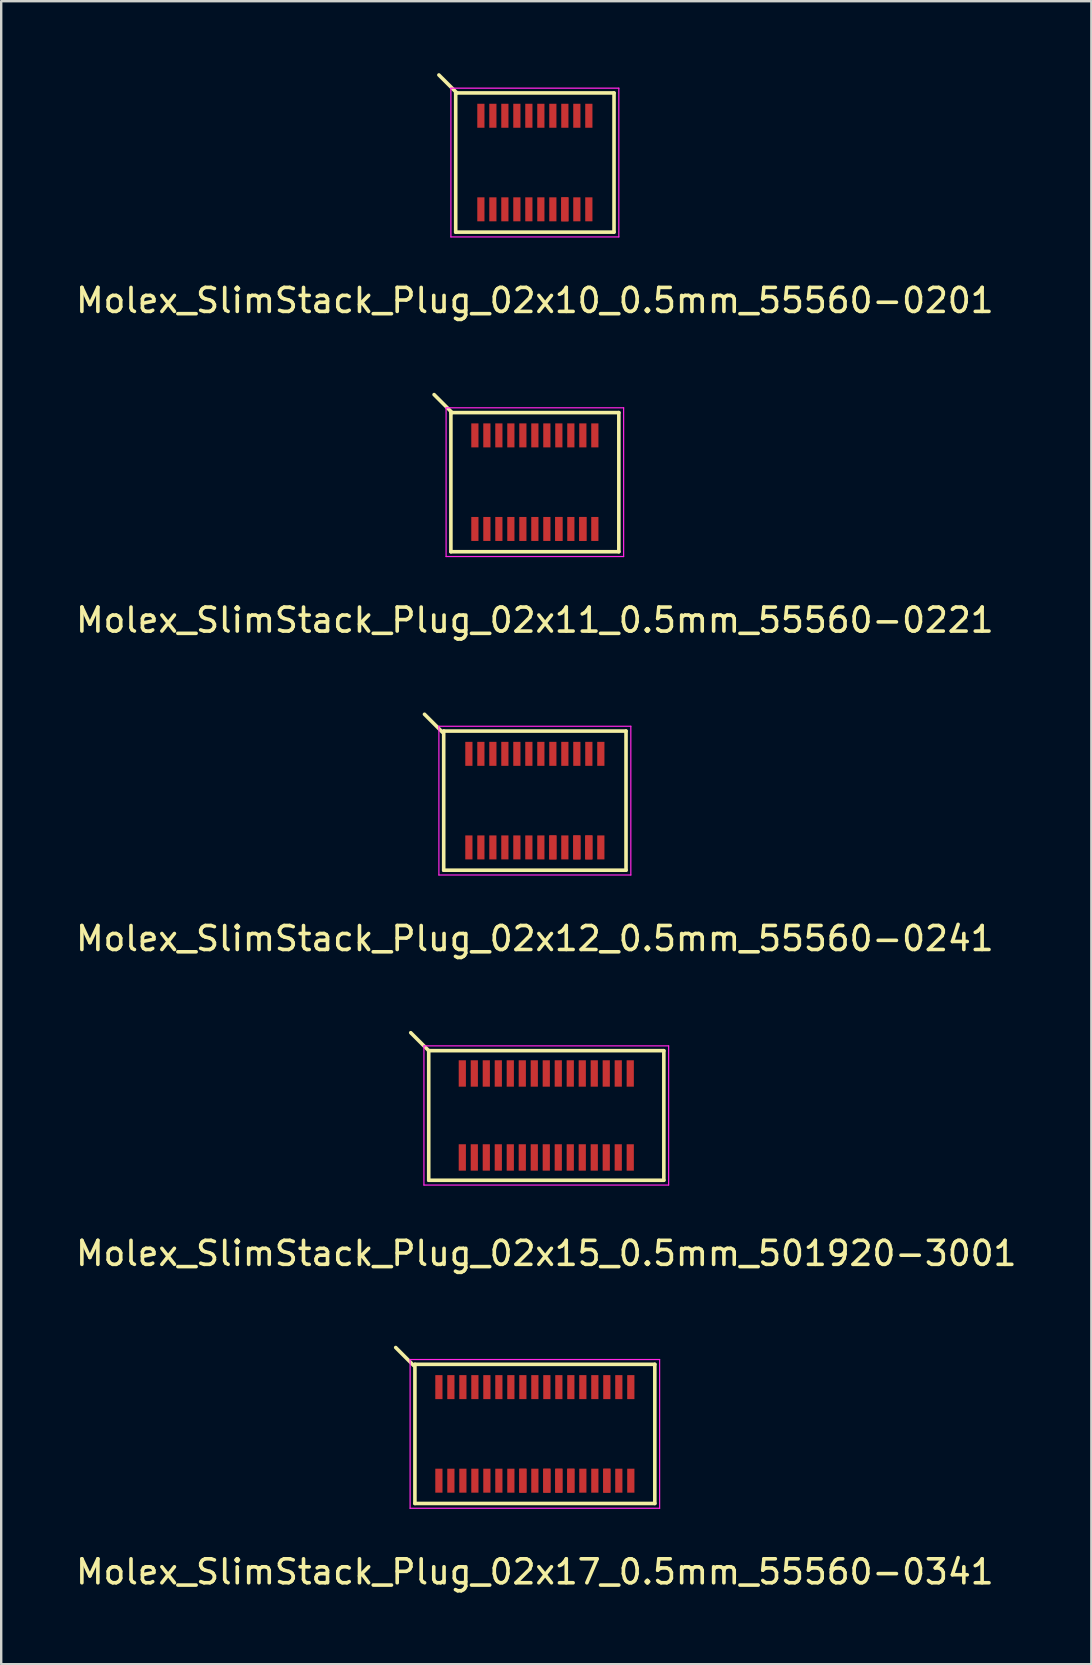
<source format=kicad_pcb>
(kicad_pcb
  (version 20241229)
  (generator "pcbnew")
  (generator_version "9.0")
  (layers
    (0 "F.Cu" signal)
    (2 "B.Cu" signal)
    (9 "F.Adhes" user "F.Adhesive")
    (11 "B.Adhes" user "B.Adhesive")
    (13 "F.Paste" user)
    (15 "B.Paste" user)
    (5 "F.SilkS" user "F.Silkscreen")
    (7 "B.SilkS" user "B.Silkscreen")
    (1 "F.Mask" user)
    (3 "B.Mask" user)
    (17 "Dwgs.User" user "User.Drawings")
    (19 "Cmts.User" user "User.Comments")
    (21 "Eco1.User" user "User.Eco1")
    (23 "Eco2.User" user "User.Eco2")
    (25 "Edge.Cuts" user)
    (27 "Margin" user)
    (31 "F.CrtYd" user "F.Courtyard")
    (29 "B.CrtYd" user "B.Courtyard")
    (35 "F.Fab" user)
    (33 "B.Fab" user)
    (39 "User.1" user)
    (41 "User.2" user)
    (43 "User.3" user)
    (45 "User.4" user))
  (footprint "Molex_SlimStack_Plug_02x11_0.5mm_55560-0221"
    (layer "F.Cu")
    (at 19.244 17.048)
    (property "Reference" "Molex_SlimStack_Plug_02x11_0.5mm_55560-0221" (at 0 5.75 0) (layer "F.SilkS") (effects (font (size 1 1) (thickness 0.15))))
    (attr smd)
    (fp_line (start -3.5 -2.9) (end -3.5 2.9) (stroke (width 0.15) (type solid)) (layer "F.SilkS"))
    (fp_line (start -3.5 2.9) (end 3.5 2.9) (stroke (width 0.15) (type solid)) (layer "F.SilkS"))
    (fp_line (start -3.45 -2.9) (end -4.2 -3.65) (stroke (width 0.15) (type solid)) (layer "F.SilkS"))
    (fp_line (start 3.5 -2.9) (end -3.5 -2.9) (stroke (width 0.15) (type solid)) (layer "F.SilkS"))
    (fp_line (start 3.5 2.9) (end 3.5 -2.9) (stroke (width 0.15) (type solid)) (layer "F.SilkS"))
    (fp_line (start -3.7 -3.1) (end -3.7 3.1) (stroke (width 0.05) (type solid)) (layer "F.CrtYd"))
    (fp_line (start -3.7 3.1) (end 3.7 3.1) (stroke (width 0.05) (type solid)) (layer "F.CrtYd"))
    (fp_line (start 3.7 -3.1) (end -3.7 -3.1) (stroke (width 0.05) (type solid)) (layer "F.CrtYd"))
    (fp_line (start 3.7 3.1) (end 3.7 -3.1) (stroke (width 0.05) (type solid)) (layer "F.CrtYd"))
    (pad "1" smd rect (at -2.5 -1.95) (size 0.3 1) (layers "F.Cu" "F.Mask" "F.Paste"))
    (pad "2" smd rect (at -2.5 1.95) (size 0.3 1) (layers "F.Cu" "F.Mask" "F.Paste"))
    (pad "3" smd rect (at -2 -1.95) (size 0.3 1) (layers "F.Cu" "F.Mask" "F.Paste"))
    (pad "4" smd rect (at -2 1.95) (size 0.3 1) (layers "F.Cu" "F.Mask" "F.Paste"))
    (pad "5" smd rect (at -1.5 -1.95) (size 0.3 1) (layers "F.Cu" "F.Mask" "F.Paste"))
    (pad "6" smd rect (at -1.5 1.95) (size 0.3 1) (layers "F.Cu" "F.Mask" "F.Paste"))
    (pad "7" smd rect (at -1 -1.95) (size 0.3 1) (layers "F.Cu" "F.Mask" "F.Paste"))
    (pad "8" smd rect (at -1 1.95) (size 0.3 1) (layers "F.Cu" "F.Mask" "F.Paste"))
    (pad "9" smd rect (at -0.5 -1.95) (size 0.3 1) (layers "F.Cu" "F.Mask" "F.Paste"))
    (pad "10" smd rect (at -0.5 1.95) (size 0.3 1) (layers "F.Cu" "F.Mask" "F.Paste"))
    (pad "11" smd rect (at 0 -1.95) (size 0.3 1) (layers "F.Cu" "F.Mask" "F.Paste"))
    (pad "12" smd rect (at 0 1.95) (size 0.3 1) (layers "F.Cu" "F.Mask" "F.Paste"))
    (pad "13" smd rect (at 0.5 -1.95) (size 0.3 1) (layers "F.Cu" "F.Mask" "F.Paste"))
    (pad "14" smd rect (at 0.5 1.95) (size 0.3 1) (layers "F.Cu" "F.Mask" "F.Paste"))
    (pad "15" smd rect (at 1 -1.95) (size 0.3 1) (layers "F.Cu" "F.Mask" "F.Paste"))
    (pad "16" smd rect (at 1 1.95) (size 0.3 1) (layers "F.Cu" "F.Mask" "F.Paste"))
    (pad "16" smd rect (at 1 1.95) (size 0.3 1) (layers "F.Cu" "F.Mask" "F.Paste"))
    (pad "17" smd rect (at 1.5 -1.95) (size 0.3 1) (layers "F.Cu" "F.Mask" "F.Paste"))
    (pad "18" smd rect (at 1.5 1.95) (size 0.3 1) (layers "F.Cu" "F.Mask" "F.Paste"))
    (pad "19" smd rect (at 2 -1.95) (size 0.3 1) (layers "F.Cu" "F.Mask" "F.Paste"))
    (pad "20" smd rect (at 2 1.95) (size 0.3 1) (layers "F.Cu" "F.Mask" "F.Paste"))
    (pad "20" smd rect (at 2 1.95) (size 0.3 1) (layers "F.Cu" "F.Mask" "F.Paste"))
    (pad "21" smd rect (at 2.5 -1.95) (size 0.3 1) (layers "F.Cu" "F.Mask" "F.Paste"))
    (pad "22" smd rect (at 2.5 1.95) (size 0.3 1) (layers "F.Cu" "F.Mask" "F.Paste")))
  (footprint "Molex_SlimStack_Plug_02x15_0.5mm_501920-3001"
    (layer "F.Cu")
    (at 19.72 43.445)
    (property "Reference" "Molex_SlimStack_Plug_02x15_0.5mm_501920-3001" (at 0 5.75 0) (layer "F.SilkS") (effects (font (size 1 1) (thickness 0.15))))
    (attr smd)
    (fp_line (start -4.9 -2.7) (end -5.65 -3.45) (stroke (width 0.15) (type solid)) (layer "F.SilkS"))
    (fp_line (start -4.9 -2.7) (end -4.9 2.7) (stroke (width 0.15) (type solid)) (layer "F.SilkS"))
    (fp_line (start -4.9 2.7) (end 4.9 2.7) (stroke (width 0.15) (type solid)) (layer "F.SilkS"))
    (fp_line (start 4.9 -2.7) (end -4.9 -2.7) (stroke (width 0.15) (type solid)) (layer "F.SilkS"))
    (fp_line (start 4.9 2.7) (end 4.9 -2.7) (stroke (width 0.15) (type solid)) (layer "F.SilkS"))
    (fp_line (start -5.1 -2.9) (end -5.1 2.9) (stroke (width 0.05) (type solid)) (layer "F.CrtYd"))
    (fp_line (start -5.1 2.9) (end 5.1 2.9) (stroke (width 0.05) (type solid)) (layer "F.CrtYd"))
    (fp_line (start 5.1 -2.9) (end -5.1 -2.9) (stroke (width 0.05) (type solid)) (layer "F.CrtYd"))
    (fp_line (start 5.1 2.9) (end 5.1 -2.9) (stroke (width 0.05) (type solid)) (layer "F.CrtYd"))
    (pad "1" smd rect (at -3.5 -1.75) (size 0.3 1.1) (layers "F.Cu" "F.Mask" "F.Paste"))
    (pad "2" smd rect (at -3.5 1.75) (size 0.3 1.1) (layers "F.Cu" "F.Mask" "F.Paste"))
    (pad "3" smd rect (at -3 -1.75) (size 0.3 1.1) (layers "F.Cu" "F.Mask" "F.Paste"))
    (pad "4" smd rect (at -3 1.75) (size 0.3 1.1) (layers "F.Cu" "F.Mask" "F.Paste"))
    (pad "5" smd rect (at -2.5 -1.75) (size 0.3 1.1) (layers "F.Cu" "F.Mask" "F.Paste"))
    (pad "6" smd rect (at -2.5 1.75) (size 0.3 1.1) (layers "F.Cu" "F.Mask" "F.Paste"))
    (pad "7" smd rect (at -2 -1.75) (size 0.3 1.1) (layers "F.Cu" "F.Mask" "F.Paste"))
    (pad "8" smd rect (at -2 1.75) (size 0.3 1.1) (layers "F.Cu" "F.Mask" "F.Paste"))
    (pad "9" smd rect (at -1.5 -1.75) (size 0.3 1.1) (layers "F.Cu" "F.Mask" "F.Paste"))
    (pad "10" smd rect (at -1.5 1.75) (size 0.3 1.1) (layers "F.Cu" "F.Mask" "F.Paste"))
    (pad "11" smd rect (at -1 -1.75) (size 0.3 1.1) (layers "F.Cu" "F.Mask" "F.Paste"))
    (pad "12" smd rect (at -1 1.75) (size 0.3 1.1) (layers "F.Cu" "F.Mask" "F.Paste"))
    (pad "13" smd rect (at -0.5 -1.75) (size 0.3 1.1) (layers "F.Cu" "F.Mask" "F.Paste"))
    (pad "14" smd rect (at -0.5 1.75) (size 0.3 1.1) (layers "F.Cu" "F.Mask" "F.Paste"))
    (pad "15" smd rect (at 0 -1.75) (size 0.3 1.1) (layers "F.Cu" "F.Mask" "F.Paste"))
    (pad "16" smd rect (at 0 1.75) (size 0.3 1.1) (layers "F.Cu" "F.Mask" "F.Paste"))
    (pad "17" smd rect (at 0.5 -1.75) (size 0.3 1.1) (layers "F.Cu" "F.Mask" "F.Paste"))
    (pad "18" smd rect (at 0.5 1.75) (size 0.3 1.1) (layers "F.Cu" "F.Mask" "F.Paste"))
    (pad "19" smd rect (at 1 -1.75) (size 0.3 1.1) (layers "F.Cu" "F.Mask" "F.Paste"))
    (pad "20" smd rect (at 1 1.75) (size 0.3 1.1) (layers "F.Cu" "F.Mask" "F.Paste"))
    (pad "21" smd rect (at 1.5 -1.75) (size 0.3 1.1) (layers "F.Cu" "F.Mask" "F.Paste"))
    (pad "22" smd rect (at 1.5 1.75) (size 0.3 1.1) (layers "F.Cu" "F.Mask" "F.Paste"))
    (pad "23" smd rect (at 2 -1.75) (size 0.3 1.1) (layers "F.Cu" "F.Mask" "F.Paste"))
    (pad "24" smd rect (at 2 1.75) (size 0.3 1.1) (layers "F.Cu" "F.Mask" "F.Paste"))
    (pad "25" smd rect (at 2.5 -1.75) (size 0.3 1.1) (layers "F.Cu" "F.Mask" "F.Paste"))
    (pad "26" smd rect (at 2.5 1.75) (size 0.3 1.1) (layers "F.Cu" "F.Mask" "F.Paste"))
    (pad "27" smd rect (at 3 -1.75) (size 0.3 1.1) (layers "F.Cu" "F.Mask" "F.Paste"))
    (pad "28" smd rect (at 3 1.75) (size 0.3 1.1) (layers "F.Cu" "F.Mask" "F.Paste"))
    (pad "29" smd rect (at 3.5 -1.75) (size 0.3 1.1) (layers "F.Cu" "F.Mask" "F.Paste"))
    (pad "30" smd rect (at 3.5 1.75) (size 0.3 1.1) (layers "F.Cu" "F.Mask" "F.Paste")))
  (footprint "Molex_SlimStack_Plug_02x12_0.5mm_55560-0241"
    (layer "F.Cu")
    (at 19.244 30.322)
    (property "Reference" "Molex_SlimStack_Plug_02x12_0.5mm_55560-0241" (at 0 5.75 0) (layer "F.SilkS") (effects (font (size 1 1) (thickness 0.15))))
    (attr smd)
    (fp_line (start -3.85 -2.85) (end -4.6 -3.6) (stroke (width 0.15) (type solid)) (layer "F.SilkS"))
    (fp_line (start -3.8 -2.9) (end -3.8 2.9) (stroke (width 0.15) (type solid)) (layer "F.SilkS"))
    (fp_line (start -3.8 2.9) (end 3.8 2.9) (stroke (width 0.15) (type solid)) (layer "F.SilkS"))
    (fp_line (start 3.8 -2.9) (end -3.8 -2.9) (stroke (width 0.15) (type solid)) (layer "F.SilkS"))
    (fp_line (start 3.8 2.9) (end 3.8 -2.9) (stroke (width 0.15) (type solid)) (layer "F.SilkS"))
    (fp_line (start -4 -3.1) (end -4 3.1) (stroke (width 0.05) (type solid)) (layer "F.CrtYd"))
    (fp_line (start -4 3.1) (end 4 3.1) (stroke (width 0.05) (type solid)) (layer "F.CrtYd"))
    (fp_line (start 4 -3.1) (end -4 -3.1) (stroke (width 0.05) (type solid)) (layer "F.CrtYd"))
    (fp_line (start 4 3.1) (end 4 -3.1) (stroke (width 0.05) (type solid)) (layer "F.CrtYd"))
    (pad "1" smd rect (at -2.75 -1.95) (size 0.3 1) (layers "F.Cu" "F.Mask" "F.Paste"))
    (pad "2" smd rect (at -2.75 1.95) (size 0.3 1) (layers "F.Cu" "F.Mask" "F.Paste"))
    (pad "3" smd rect (at -2.25 -1.95) (size 0.3 1) (layers "F.Cu" "F.Mask" "F.Paste"))
    (pad "4" smd rect (at -2.25 1.95) (size 0.3 1) (layers "F.Cu" "F.Mask" "F.Paste"))
    (pad "5" smd rect (at -1.75 -1.95) (size 0.3 1) (layers "F.Cu" "F.Mask" "F.Paste"))
    (pad "6" smd rect (at -1.75 1.95) (size 0.3 1) (layers "F.Cu" "F.Mask" "F.Paste"))
    (pad "7" smd rect (at -1.25 -1.95) (size 0.3 1) (layers "F.Cu" "F.Mask" "F.Paste"))
    (pad "8" smd rect (at -1.25 1.95) (size 0.3 1) (layers "F.Cu" "F.Mask" "F.Paste"))
    (pad "9" smd rect (at -0.75 -1.95) (size 0.3 1) (layers "F.Cu" "F.Mask" "F.Paste"))
    (pad "10" smd rect (at -0.75 1.95) (size 0.3 1) (layers "F.Cu" "F.Mask" "F.Paste"))
    (pad "11" smd rect (at -0.25 -1.95) (size 0.3 1) (layers "F.Cu" "F.Mask" "F.Paste"))
    (pad "12" smd rect (at -0.25 1.95) (size 0.3 1) (layers "F.Cu" "F.Mask" "F.Paste"))
    (pad "13" smd rect (at 0.25 -1.95) (size 0.3 1) (layers "F.Cu" "F.Mask" "F.Paste"))
    (pad "14" smd rect (at 0.25 1.95) (size 0.3 1) (layers "F.Cu" "F.Mask" "F.Paste"))
    (pad "15" smd rect (at 0.75 -1.95) (size 0.3 1) (layers "F.Cu" "F.Mask" "F.Paste"))
    (pad "16" smd rect (at 0.75 1.95) (size 0.3 1) (layers "F.Cu" "F.Mask" "F.Paste"))
    (pad "16" smd rect (at 0.75 1.95) (size 0.3 1) (layers "F.Cu" "F.Mask" "F.Paste"))
    (pad "17" smd rect (at 1.25 -1.95) (size 0.3 1) (layers "F.Cu" "F.Mask" "F.Paste"))
    (pad "18" smd rect (at 1.25 1.95) (size 0.3 1) (layers "F.Cu" "F.Mask" "F.Paste"))
    (pad "19" smd rect (at 1.75 -1.95) (size 0.3 1) (layers "F.Cu" "F.Mask" "F.Paste"))
    (pad "20" smd rect (at 1.75 1.95) (size 0.3 1) (layers "F.Cu" "F.Mask" "F.Paste"))
    (pad "20" smd rect (at 1.75 1.95) (size 0.3 1) (layers "F.Cu" "F.Mask" "F.Paste"))
    (pad "21" smd rect (at 2.25 -1.95) (size 0.3 1) (layers "F.Cu" "F.Mask" "F.Paste"))
    (pad "22" smd rect (at 2.25 1.95) (size 0.3 1) (layers "F.Cu" "F.Mask" "F.Paste"))
    (pad "22" smd rect (at 2.25 1.95) (size 0.3 1) (layers "F.Cu" "F.Mask" "F.Paste"))
    (pad "23" smd rect (at 2.75 -1.95) (size 0.3 1) (layers "F.Cu" "F.Mask" "F.Paste"))
    (pad "24" smd rect (at 2.75 1.95) (size 0.3 1) (layers "F.Cu" "F.Mask" "F.Paste")))
  (footprint "Molex_SlimStack_Plug_02x10_0.5mm_55560-0201"
    (layer "F.Cu")
    (at 19.244 3.725)
    (property "Reference" "Molex_SlimStack_Plug_02x10_0.5mm_55560-0201" (at 0 5.75 0) (layer "F.SilkS") (effects (font (size 1 1) (thickness 0.15))))
    (attr smd)
    (fp_line (start -3.3 -2.9) (end -3.3 2.9) (stroke (width 0.15) (type solid)) (layer "F.SilkS"))
    (fp_line (start -3.3 2.9) (end 3.3 2.9) (stroke (width 0.15) (type solid)) (layer "F.SilkS"))
    (fp_line (start -3.25 -2.9) (end -4 -3.65) (stroke (width 0.15) (type solid)) (layer "F.SilkS"))
    (fp_line (start 3.3 -2.9) (end -3.3 -2.9) (stroke (width 0.15) (type solid)) (layer "F.SilkS"))
    (fp_line (start 3.3 2.9) (end 3.3 -2.9) (stroke (width 0.15) (type solid)) (layer "F.SilkS"))
    (fp_line (start -3.5 -3.1) (end -3.5 3.1) (stroke (width 0.05) (type solid)) (layer "F.CrtYd"))
    (fp_line (start -3.5 3.1) (end 3.5 3.1) (stroke (width 0.05) (type solid)) (layer "F.CrtYd"))
    (fp_line (start 3.5 -3.1) (end -3.5 -3.1) (stroke (width 0.05) (type solid)) (layer "F.CrtYd"))
    (fp_line (start 3.5 3.1) (end 3.5 -3.1) (stroke (width 0.05) (type solid)) (layer "F.CrtYd"))
    (pad "1" smd rect (at -2.25 -1.95) (size 0.3 1) (layers "F.Cu" "F.Mask" "F.Paste"))
    (pad "2" smd rect (at -2.25 1.95) (size 0.3 1) (layers "F.Cu" "F.Mask" "F.Paste"))
    (pad "3" smd rect (at -1.75 -1.95) (size 0.3 1) (layers "F.Cu" "F.Mask" "F.Paste"))
    (pad "4" smd rect (at -1.75 1.95) (size 0.3 1) (layers "F.Cu" "F.Mask" "F.Paste"))
    (pad "5" smd rect (at -1.25 -1.95) (size 0.3 1) (layers "F.Cu" "F.Mask" "F.Paste"))
    (pad "6" smd rect (at -1.25 1.95) (size 0.3 1) (layers "F.Cu" "F.Mask" "F.Paste"))
    (pad "7" smd rect (at -0.75 -1.95) (size 0.3 1) (layers "F.Cu" "F.Mask" "F.Paste"))
    (pad "8" smd rect (at -0.75 1.95) (size 0.3 1) (layers "F.Cu" "F.Mask" "F.Paste"))
    (pad "9" smd rect (at -0.25 -1.95) (size 0.3 1) (layers "F.Cu" "F.Mask" "F.Paste"))
    (pad "10" smd rect (at -0.25 1.95) (size 0.3 1) (layers "F.Cu" "F.Mask" "F.Paste"))
    (pad "11" smd rect (at 0.25 -1.95) (size 0.3 1) (layers "F.Cu" "F.Mask" "F.Paste"))
    (pad "12" smd rect (at 0.25 1.95) (size 0.3 1) (layers "F.Cu" "F.Mask" "F.Paste"))
    (pad "13" smd rect (at 0.75 -1.95) (size 0.3 1) (layers "F.Cu" "F.Mask" "F.Paste"))
    (pad "14" smd rect (at 0.75 1.95) (size 0.3 1) (layers "F.Cu" "F.Mask" "F.Paste"))
    (pad "15" smd rect (at 1.25 -1.95) (size 0.3 1) (layers "F.Cu" "F.Mask" "F.Paste"))
    (pad "16" smd rect (at 1.25 1.95) (size 0.3 1) (layers "F.Cu" "F.Mask" "F.Paste"))
    (pad "16" smd rect (at 1.25 1.95) (size 0.3 1) (layers "F.Cu" "F.Mask" "F.Paste"))
    (pad "17" smd rect (at 1.75 -1.95) (size 0.3 1) (layers "F.Cu" "F.Mask" "F.Paste"))
    (pad "18" smd rect (at 1.75 1.95) (size 0.3 1) (layers "F.Cu" "F.Mask" "F.Paste"))
    (pad "19" smd rect (at 2.25 -1.95) (size 0.3 1) (layers "F.Cu" "F.Mask" "F.Paste"))
    (pad "20" smd rect (at 2.25 1.95) (size 0.3 1) (layers "F.Cu" "F.Mask" "F.Paste")))
  (footprint "Molex_SlimStack_Plug_02x17_0.5mm_55560-0341"
    (layer "F.Cu")
    (at 19.244 56.718)
    (property "Reference" "Molex_SlimStack_Plug_02x17_0.5mm_55560-0341" (at 0 5.75 0) (layer "F.SilkS") (effects (font (size 1 1) (thickness 0.15))))
    (attr smd)
    (fp_line (start -5.05 -2.85) (end -5.8 -3.6) (stroke (width 0.15) (type solid)) (layer "F.SilkS"))
    (fp_line (start -5 -2.9) (end -5 2.9) (stroke (width 0.15) (type solid)) (layer "F.SilkS"))
    (fp_line (start -5 2.9) (end 5 2.9) (stroke (width 0.15) (type solid)) (layer "F.SilkS"))
    (fp_line (start 5 -2.9) (end -5 -2.9) (stroke (width 0.15) (type solid)) (layer "F.SilkS"))
    (fp_line (start 5 2.9) (end 5 -2.9) (stroke (width 0.15) (type solid)) (layer "F.SilkS"))
    (fp_line (start -5.2 -3.1) (end -5.2 3.1) (stroke (width 0.05) (type solid)) (layer "F.CrtYd"))
    (fp_line (start -5.2 3.1) (end 5.2 3.1) (stroke (width 0.05) (type solid)) (layer "F.CrtYd"))
    (fp_line (start 5.2 -3.1) (end -5.2 -3.1) (stroke (width 0.05) (type solid)) (layer "F.CrtYd"))
    (fp_line (start 5.2 3.1) (end 5.2 -3.1) (stroke (width 0.05) (type solid)) (layer "F.CrtYd"))
    (pad "1" smd rect (at -4 -1.95) (size 0.3 1) (layers "F.Cu" "F.Mask" "F.Paste"))
    (pad "2" smd rect (at -4 1.95) (size 0.3 1) (layers "F.Cu" "F.Mask" "F.Paste"))
    (pad "3" smd rect (at -3.5 -1.95) (size 0.3 1) (layers "F.Cu" "F.Mask" "F.Paste"))
    (pad "4" smd rect (at -3.5 1.95) (size 0.3 1) (layers "F.Cu" "F.Mask" "F.Paste"))
    (pad "5" smd rect (at -3 -1.95) (size 0.3 1) (layers "F.Cu" "F.Mask" "F.Paste"))
    (pad "6" smd rect (at -3 1.95) (size 0.3 1) (layers "F.Cu" "F.Mask" "F.Paste"))
    (pad "7" smd rect (at -2.5 -1.95) (size 0.3 1) (layers "F.Cu" "F.Mask" "F.Paste"))
    (pad "8" smd rect (at -2.5 1.95) (size 0.3 1) (layers "F.Cu" "F.Mask" "F.Paste"))
    (pad "9" smd rect (at -2 -1.95) (size 0.3 1) (layers "F.Cu" "F.Mask" "F.Paste"))
    (pad "10" smd rect (at -2 1.95) (size 0.3 1) (layers "F.Cu" "F.Mask" "F.Paste"))
    (pad "11" smd rect (at -1.5 -1.95) (size 0.3 1) (layers "F.Cu" "F.Mask" "F.Paste"))
    (pad "12" smd rect (at -1.5 1.95) (size 0.3 1) (layers "F.Cu" "F.Mask" "F.Paste"))
    (pad "13" smd rect (at -1 -1.95) (size 0.3 1) (layers "F.Cu" "F.Mask" "F.Paste"))
    (pad "14" smd rect (at -1 1.95) (size 0.3 1) (layers "F.Cu" "F.Mask" "F.Paste"))
    (pad "15" smd rect (at -0.5 -1.95) (size 0.3 1) (layers "F.Cu" "F.Mask" "F.Paste"))
    (pad "16" smd rect (at -0.5 1.95) (size 0.3 1) (layers "F.Cu" "F.Mask" "F.Paste"))
    (pad "16" smd rect (at -0.5 1.95) (size 0.3 1) (layers "F.Cu" "F.Mask" "F.Paste"))
    (pad "17" smd rect (at 0 -1.95) (size 0.3 1) (layers "F.Cu" "F.Mask" "F.Paste"))
    (pad "18" smd rect (at 0 1.95) (size 0.3 1) (layers "F.Cu" "F.Mask" "F.Paste"))
    (pad "19" smd rect (at 0.5 -1.95) (size 0.3 1) (layers "F.Cu" "F.Mask" "F.Paste"))
    (pad "20" smd rect (at 0.5 1.95) (size 0.3 1) (layers "F.Cu" "F.Mask" "F.Paste"))
    (pad "20" smd rect (at 0.5 1.95) (size 0.3 1) (layers "F.Cu" "F.Mask" "F.Paste"))
    (pad "21" smd rect (at 1 -1.95) (size 0.3 1) (layers "F.Cu" "F.Mask" "F.Paste"))
    (pad "22" smd rect (at 1 1.95) (size 0.3 1) (layers "F.Cu" "F.Mask" "F.Paste"))
    (pad "22" smd rect (at 1 1.95) (size 0.3 1) (layers "F.Cu" "F.Mask" "F.Paste"))
    (pad "23" smd rect (at 1.5 -1.95) (size 0.3 1) (layers "F.Cu" "F.Mask" "F.Paste"))
    (pad "24" smd rect (at 1.5 1.95) (size 0.3 1) (layers "F.Cu" "F.Mask" "F.Paste"))
    (pad "24" smd rect (at 1.5 1.95) (size 0.3 1) (layers "F.Cu" "F.Mask" "F.Paste"))
    (pad "25" smd rect (at 2 -1.95) (size 0.3 1) (layers "F.Cu" "F.Mask" "F.Paste"))
    (pad "26" smd rect (at 2 1.95) (size 0.3 1) (layers "F.Cu" "F.Mask" "F.Paste"))
    (pad "27" smd rect (at 2.5 -1.95) (size 0.3 1) (layers "F.Cu" "F.Mask" "F.Paste"))
    (pad "28" smd rect (at 2.5 1.95) (size 0.3 1) (layers "F.Cu" "F.Mask" "F.Paste"))
    (pad "29" smd rect (at 3 -1.95) (size 0.3 1) (layers "F.Cu" "F.Mask" "F.Paste"))
    (pad "30" smd rect (at 3 1.95) (size 0.3 1) (layers "F.Cu" "F.Mask" "F.Paste"))
    (pad "30" smd rect (at 3 1.95) (size 0.3 1) (layers "F.Cu" "F.Mask" "F.Paste"))
    (pad "31" smd rect (at 3.5 -1.95) (size 0.3 1) (layers "F.Cu" "F.Mask" "F.Paste"))
    (pad "32" smd rect (at 3.5 1.95) (size 0.3 1) (layers "F.Cu" "F.Mask" "F.Paste"))
    (pad "33" smd rect (at 4 -1.95) (size 0.3 1) (layers "F.Cu" "F.Mask" "F.Paste"))
    (pad "34" smd rect (at 4 1.95) (size 0.3 1) (layers "F.Cu" "F.Mask" "F.Paste")))
  (gr_rect
    (start -3 -3)
    (end 42.44 66.316)
    (stroke (width 0.1) (type default))
    (fill no)
    (layer "Edge.Cuts")))
</source>
